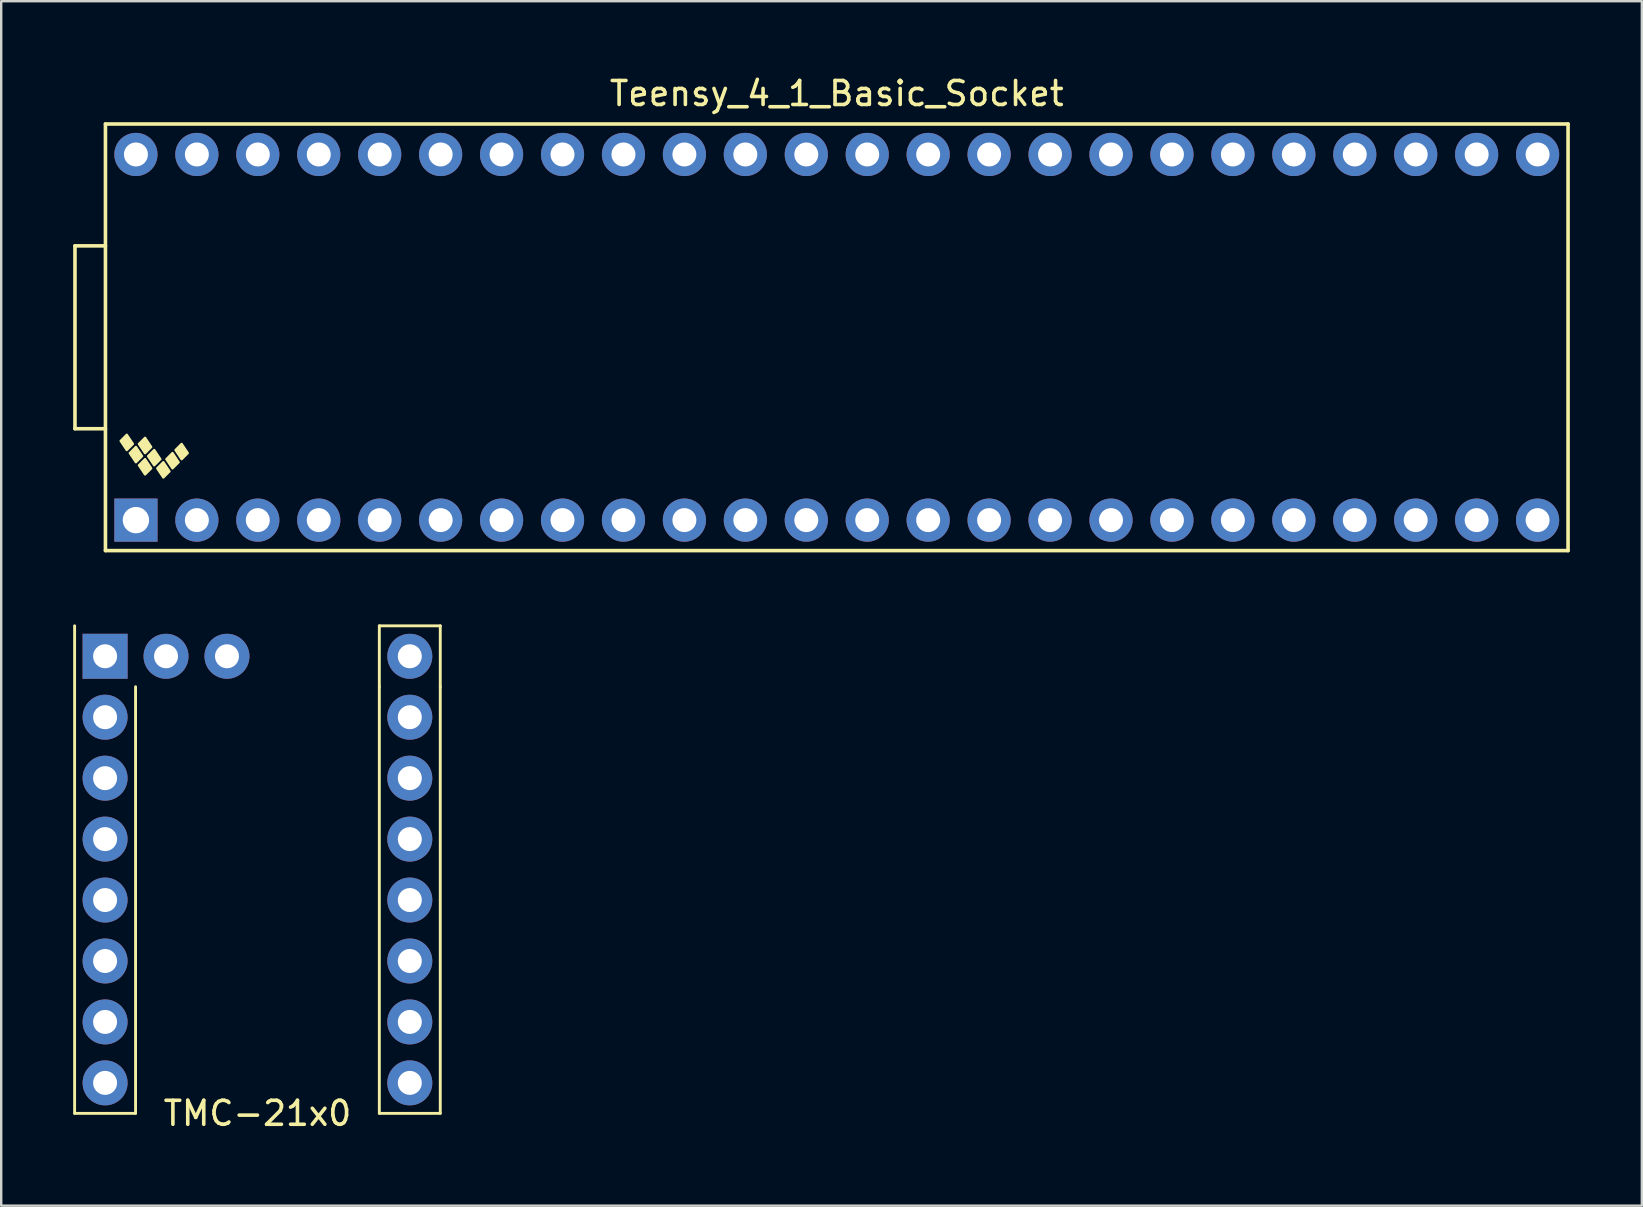
<source format=kicad_pcb>
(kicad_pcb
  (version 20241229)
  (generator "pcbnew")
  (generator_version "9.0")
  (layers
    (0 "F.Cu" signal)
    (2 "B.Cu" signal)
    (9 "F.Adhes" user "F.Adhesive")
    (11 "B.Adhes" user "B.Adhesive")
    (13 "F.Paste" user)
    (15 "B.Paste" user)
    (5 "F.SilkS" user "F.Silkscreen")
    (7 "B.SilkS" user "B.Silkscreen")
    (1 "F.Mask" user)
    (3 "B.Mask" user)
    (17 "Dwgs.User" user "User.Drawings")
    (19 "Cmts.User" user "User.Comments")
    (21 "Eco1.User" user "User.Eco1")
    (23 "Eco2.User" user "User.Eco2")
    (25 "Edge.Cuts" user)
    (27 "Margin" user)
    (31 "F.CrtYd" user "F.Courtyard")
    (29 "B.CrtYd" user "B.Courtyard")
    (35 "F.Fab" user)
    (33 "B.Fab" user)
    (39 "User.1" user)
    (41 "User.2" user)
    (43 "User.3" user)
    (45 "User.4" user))
  (footprint "Teensy_4_1_Basic_Socket"
    (layer "F.Cu")
    (at 31.825 11.008)
    (property "Reference" "Teensy_4_1_Basic_Socket" (at 0 -10.16 0) (layer "F.SilkS") (effects (font (size 1 1) (thickness 0.15))))
    (attr through_hole)
    (fp_line (start -31.75 -3.81) (end -30.48 -3.81) (stroke (width 0.15) (type solid)) (layer "F.SilkS"))
    (fp_line (start -31.75 3.81) (end -31.75 -3.81) (stroke (width 0.15) (type solid)) (layer "F.SilkS"))
    (fp_line (start -30.48 -8.89) (end 30.48 -8.89) (stroke (width 0.15) (type solid)) (layer "F.SilkS"))
    (fp_line (start -30.48 3.81) (end -31.75 3.81) (stroke (width 0.15) (type solid)) (layer "F.SilkS"))
    (fp_line (start -30.48 8.89) (end -30.48 -8.89) (stroke (width 0.15) (type solid)) (layer "F.SilkS"))
    (fp_line (start 30.48 -8.89) (end 30.48 8.89) (stroke (width 0.15) (type solid)) (layer "F.SilkS"))
    (fp_line (start 30.48 8.89) (end -30.48 8.89) (stroke (width 0.15) (type solid)) (layer "F.SilkS"))
    (fp_poly (pts (xy -29.337 4.445) (xy -29.591 4.699) (xy -29.845 4.318) (xy -29.591 4.064)) (stroke (width 0.1) (type solid)) (fill yes) (layer "F.SilkS"))
    (fp_poly (pts (xy -28.956 4.953) (xy -29.21 5.207) (xy -29.464 4.826) (xy -29.21 4.572)) (stroke (width 0.1) (type solid)) (fill yes) (layer "F.SilkS"))
    (fp_poly (pts (xy -28.575 4.572) (xy -28.829 4.826) (xy -29.083 4.445) (xy -28.829 4.191)) (stroke (width 0.1) (type solid)) (fill yes) (layer "F.SilkS"))
    (fp_poly (pts (xy -28.575 5.461) (xy -28.829 5.715) (xy -29.083 5.334) (xy -28.829 5.08)) (stroke (width 0.1) (type solid)) (fill yes) (layer "F.SilkS"))
    (fp_poly (pts (xy -28.194 5.08) (xy -28.448 5.334) (xy -28.702 4.953) (xy -28.448 4.699)) (stroke (width 0.1) (type solid)) (fill yes) (layer "F.SilkS"))
    (fp_poly (pts (xy -27.813 5.588) (xy -28.067 5.842) (xy -28.321 5.461) (xy -28.067 5.207)) (stroke (width 0.1) (type solid)) (fill yes) (layer "F.SilkS"))
    (fp_poly (pts (xy -27.432 5.207) (xy -27.686 5.461) (xy -27.94 5.08) (xy -27.686 4.826)) (stroke (width 0.1) (type solid)) (fill yes) (layer "F.SilkS"))
    (fp_poly (pts (xy -27.051 4.826) (xy -27.305 5.08) (xy -27.559 4.699) (xy -27.305 4.445)) (stroke (width 0.1) (type solid)) (fill yes) (layer "F.SilkS"))
    (pad "1" thru_hole rect (at -29.21 7.62) (size 1.8 1.8) (drill 1.1) (layers "*.Cu" "*.Mask"))
    (pad "2" thru_hole circle (at -26.67 7.62) (size 1.8 1.8) (drill 1) (layers "*.Cu" "*.Mask"))
    (pad "3" thru_hole circle (at -24.13 7.62) (size 1.8 1.8) (drill 1) (layers "*.Cu" "*.Mask"))
    (pad "4" thru_hole circle (at -21.59 7.62) (size 1.8 1.8) (drill 1) (layers "*.Cu" "*.Mask"))
    (pad "5" thru_hole circle (at -19.05 7.62) (size 1.8 1.8) (drill 1) (layers "*.Cu" "*.Mask"))
    (pad "6" thru_hole circle (at -16.51 7.62) (size 1.8 1.8) (drill 1) (layers "*.Cu" "*.Mask"))
    (pad "7" thru_hole circle (at -13.97 7.62) (size 1.8 1.8) (drill 1) (layers "*.Cu" "*.Mask"))
    (pad "8" thru_hole circle (at -11.43 7.62) (size 1.8 1.8) (drill 1) (layers "*.Cu" "*.Mask"))
    (pad "9" thru_hole circle (at -8.89 7.62) (size 1.8 1.8) (drill 1) (layers "*.Cu" "*.Mask"))
    (pad "10" thru_hole circle (at -6.35 7.62) (size 1.8 1.8) (drill 1) (layers "*.Cu" "*.Mask"))
    (pad "11" thru_hole circle (at -3.81 7.62) (size 1.8 1.8) (drill 1) (layers "*.Cu" "*.Mask"))
    (pad "12" thru_hole circle (at -1.27 7.62) (size 1.8 1.8) (drill 1) (layers "*.Cu" "*.Mask"))
    (pad "13" thru_hole circle (at 1.27 7.62) (size 1.8 1.8) (drill 1) (layers "*.Cu" "*.Mask"))
    (pad "14" thru_hole circle (at 3.81 7.62) (size 1.8 1.8) (drill 1) (layers "*.Cu" "*.Mask"))
    (pad "15" thru_hole circle (at 6.35 7.62) (size 1.8 1.8) (drill 1) (layers "*.Cu" "*.Mask"))
    (pad "16" thru_hole circle (at 8.89 7.62) (size 1.8 1.8) (drill 1) (layers "*.Cu" "*.Mask"))
    (pad "17" thru_hole circle (at 11.43 7.62) (size 1.8 1.8) (drill 1) (layers "*.Cu" "*.Mask"))
    (pad "18" thru_hole circle (at 13.97 7.62) (size 1.8 1.8) (drill 1) (layers "*.Cu" "*.Mask"))
    (pad "19" thru_hole circle (at 16.51 7.62) (size 1.8 1.8) (drill 1) (layers "*.Cu" "*.Mask"))
    (pad "20" thru_hole circle (at 19.05 7.62) (size 1.8 1.8) (drill 1) (layers "*.Cu" "*.Mask"))
    (pad "21" thru_hole circle (at 21.59 7.62) (size 1.8 1.8) (drill 1) (layers "*.Cu" "*.Mask"))
    (pad "22" thru_hole circle (at 24.13 7.62) (size 1.8 1.8) (drill 1) (layers "*.Cu" "*.Mask"))
    (pad "23" thru_hole circle (at 26.67 7.62) (size 1.8 1.8) (drill 1) (layers "*.Cu" "*.Mask"))
    (pad "24" thru_hole circle (at 29.21 7.62) (size 1.8 1.8) (drill 1) (layers "*.Cu" "*.Mask"))
    (pad "25" thru_hole circle (at 29.21 -7.62) (size 1.8 1.8) (drill 1) (layers "*.Cu" "*.Mask"))
    (pad "26" thru_hole circle (at 26.67 -7.62) (size 1.8 1.8) (drill 1) (layers "*.Cu" "*.Mask"))
    (pad "27" thru_hole circle (at 24.13 -7.62) (size 1.8 1.8) (drill 1) (layers "*.Cu" "*.Mask"))
    (pad "28" thru_hole circle (at 21.59 -7.62) (size 1.8 1.8) (drill 1) (layers "*.Cu" "*.Mask"))
    (pad "29" thru_hole circle (at 19.05 -7.62) (size 1.8 1.8) (drill 1) (layers "*.Cu" "*.Mask"))
    (pad "30" thru_hole circle (at 16.51 -7.62) (size 1.8 1.8) (drill 1) (layers "*.Cu" "*.Mask"))
    (pad "31" thru_hole circle (at 13.97 -7.62) (size 1.8 1.8) (drill 1) (layers "*.Cu" "*.Mask"))
    (pad "32" thru_hole circle (at 11.43 -7.62) (size 1.8 1.8) (drill 1) (layers "*.Cu" "*.Mask"))
    (pad "33" thru_hole circle (at 8.89 -7.62) (size 1.8 1.8) (drill 1) (layers "*.Cu" "*.Mask"))
    (pad "34" thru_hole circle (at 6.35 -7.62) (size 1.8 1.8) (drill 1) (layers "*.Cu" "*.Mask"))
    (pad "35" thru_hole circle (at 3.81 -7.62) (size 1.8 1.8) (drill 1) (layers "*.Cu" "*.Mask"))
    (pad "36" thru_hole circle (at 1.27 -7.62) (size 1.8 1.8) (drill 1) (layers "*.Cu" "*.Mask"))
    (pad "37" thru_hole circle (at -1.27 -7.62) (size 1.8 1.8) (drill 1) (layers "*.Cu" "*.Mask"))
    (pad "38" thru_hole circle (at -3.81 -7.62) (size 1.8 1.8) (drill 1) (layers "*.Cu" "*.Mask"))
    (pad "39" thru_hole circle (at -6.35 -7.62) (size 1.8 1.8) (drill 1) (layers "*.Cu" "*.Mask"))
    (pad "40" thru_hole circle (at -8.89 -7.62) (size 1.8 1.8) (drill 1) (layers "*.Cu" "*.Mask"))
    (pad "41" thru_hole circle (at -11.43 -7.62) (size 1.8 1.8) (drill 1) (layers "*.Cu" "*.Mask"))
    (pad "42" thru_hole circle (at -13.97 -7.62) (size 1.8 1.8) (drill 1) (layers "*.Cu" "*.Mask"))
    (pad "43" thru_hole circle (at -16.51 -7.62) (size 1.8 1.8) (drill 1) (layers "*.Cu" "*.Mask"))
    (pad "44" thru_hole circle (at -19.05 -7.62) (size 1.8 1.8) (drill 1) (layers "*.Cu" "*.Mask"))
    (pad "45" thru_hole circle (at -21.59 -7.62) (size 1.8 1.8) (drill 1) (layers "*.Cu" "*.Mask"))
    (pad "46" thru_hole circle (at -24.13 -7.62) (size 1.8 1.8) (drill 1) (layers "*.Cu" "*.Mask"))
    (pad "47" thru_hole circle (at -26.67 -7.62) (size 1.8 1.8) (drill 1) (layers "*.Cu" "*.Mask"))
    (pad "48" thru_hole circle (at -29.21 -7.62) (size 1.8 1.8) (drill 1) (layers "*.Cu" "*.Mask")))
  (footprint "TMC-21x0"
    (layer "F.Cu")
    (at 7.68 33.193)
    (property "Reference" "TMC-21x0" (at 0 10.16 0) (layer "F.SilkS") (effects (font (size 1 1) (thickness 0.15))))
    (attr through_hole)
    (fp_line (start -7.62 10.16) (end -7.62 -10.16) (stroke (width 0.12) (type solid)) (layer "F.SilkS"))
    (fp_line (start -5.08 -7.62) (end -5.08 10.16) (stroke (width 0.12) (type solid)) (layer "F.SilkS"))
    (fp_line (start -5.08 10.16) (end -7.62 10.16) (stroke (width 0.12) (type solid)) (layer "F.SilkS"))
    (fp_line (start 5.08 -10.16) (end 5.08 -7.62) (stroke (width 0.12) (type solid)) (layer "F.SilkS"))
    (fp_line (start 5.08 -7.62) (end 5.08 10.16) (stroke (width 0.12) (type solid)) (layer "F.SilkS"))
    (fp_line (start 5.08 10.16) (end 7.62 10.16) (stroke (width 0.12) (type solid)) (layer "F.SilkS"))
    (fp_line (start 7.62 -10.16) (end 5.08 -10.16) (stroke (width 0.12) (type solid)) (layer "F.SilkS"))
    (fp_line (start 7.62 -7.62) (end 7.62 -10.16) (stroke (width 0.12) (type solid)) (layer "F.SilkS"))
    (fp_line (start 7.62 10.16) (end 7.62 -7.62) (stroke (width 0.12) (type solid)) (layer "F.SilkS"))
    (pad "1" thru_hole rect (at -6.35 -8.89) (size 1.875 1.875) (drill 1) (layers "*.Cu" "*.Mask"))
    (pad "2" thru_hole circle (at -6.35 -6.35) (size 1.875 1.875) (drill 1) (layers "*.Cu" "*.Mask"))
    (pad "3" thru_hole circle (at -6.35 -3.81) (size 1.875 1.875) (drill 1) (layers "*.Cu" "*.Mask"))
    (pad "4" thru_hole circle (at -6.35 -1.27) (size 1.875 1.875) (drill 1) (layers "*.Cu" "*.Mask"))
    (pad "5" thru_hole circle (at -6.35 1.27) (size 1.875 1.875) (drill 1) (layers "*.Cu" "*.Mask"))
    (pad "6" thru_hole circle (at -6.35 3.81) (size 1.875 1.875) (drill 1) (layers "*.Cu" "*.Mask"))
    (pad "7" thru_hole circle (at -6.35 6.35) (size 1.875 1.875) (drill 1) (layers "*.Cu" "*.Mask"))
    (pad "8" thru_hole circle (at -6.35 8.89) (size 1.875 1.875) (drill 1) (layers "*.Cu" "*.Mask"))
    (pad "9" thru_hole circle (at 6.35 8.89) (size 1.875 1.875) (drill 1) (layers "*.Cu" "*.Mask"))
    (pad "10" thru_hole circle (at 6.35 6.35) (size 1.875 1.875) (drill 1) (layers "*.Cu" "*.Mask"))
    (pad "11" thru_hole circle (at 6.35 3.81) (size 1.875 1.875) (drill 1) (layers "*.Cu" "*.Mask"))
    (pad "12" thru_hole circle (at 6.35 1.27) (size 1.875 1.875) (drill 1) (layers "*.Cu" "*.Mask"))
    (pad "13" thru_hole circle (at 6.35 -1.27) (size 1.875 1.875) (drill 1) (layers "*.Cu" "*.Mask"))
    (pad "14" thru_hole circle (at 6.35 -3.81) (size 1.875 1.875) (drill 1) (layers "*.Cu" "*.Mask"))
    (pad "15" thru_hole circle (at 6.35 -6.35) (size 1.875 1.875) (drill 1) (layers "*.Cu" "*.Mask"))
    (pad "16" thru_hole circle (at 6.35 -8.89) (size 1.875 1.875) (drill 1) (layers "*.Cu" "*.Mask"))
    (pad "17" thru_hole circle (at -1.27 -8.89) (size 1.875 1.875) (drill 1) (layers "*.Cu" "*.Mask"))
    (pad "18" thru_hole circle (at -3.81 -8.89) (size 1.875 1.875) (drill 1) (layers "*.Cu" "*.Mask")))
  (gr_rect
    (start -3 -3)
    (end 65.38 47.202)
    (stroke (width 0.1) (type default))
    (fill no)
    (layer "Edge.Cuts")))
</source>
